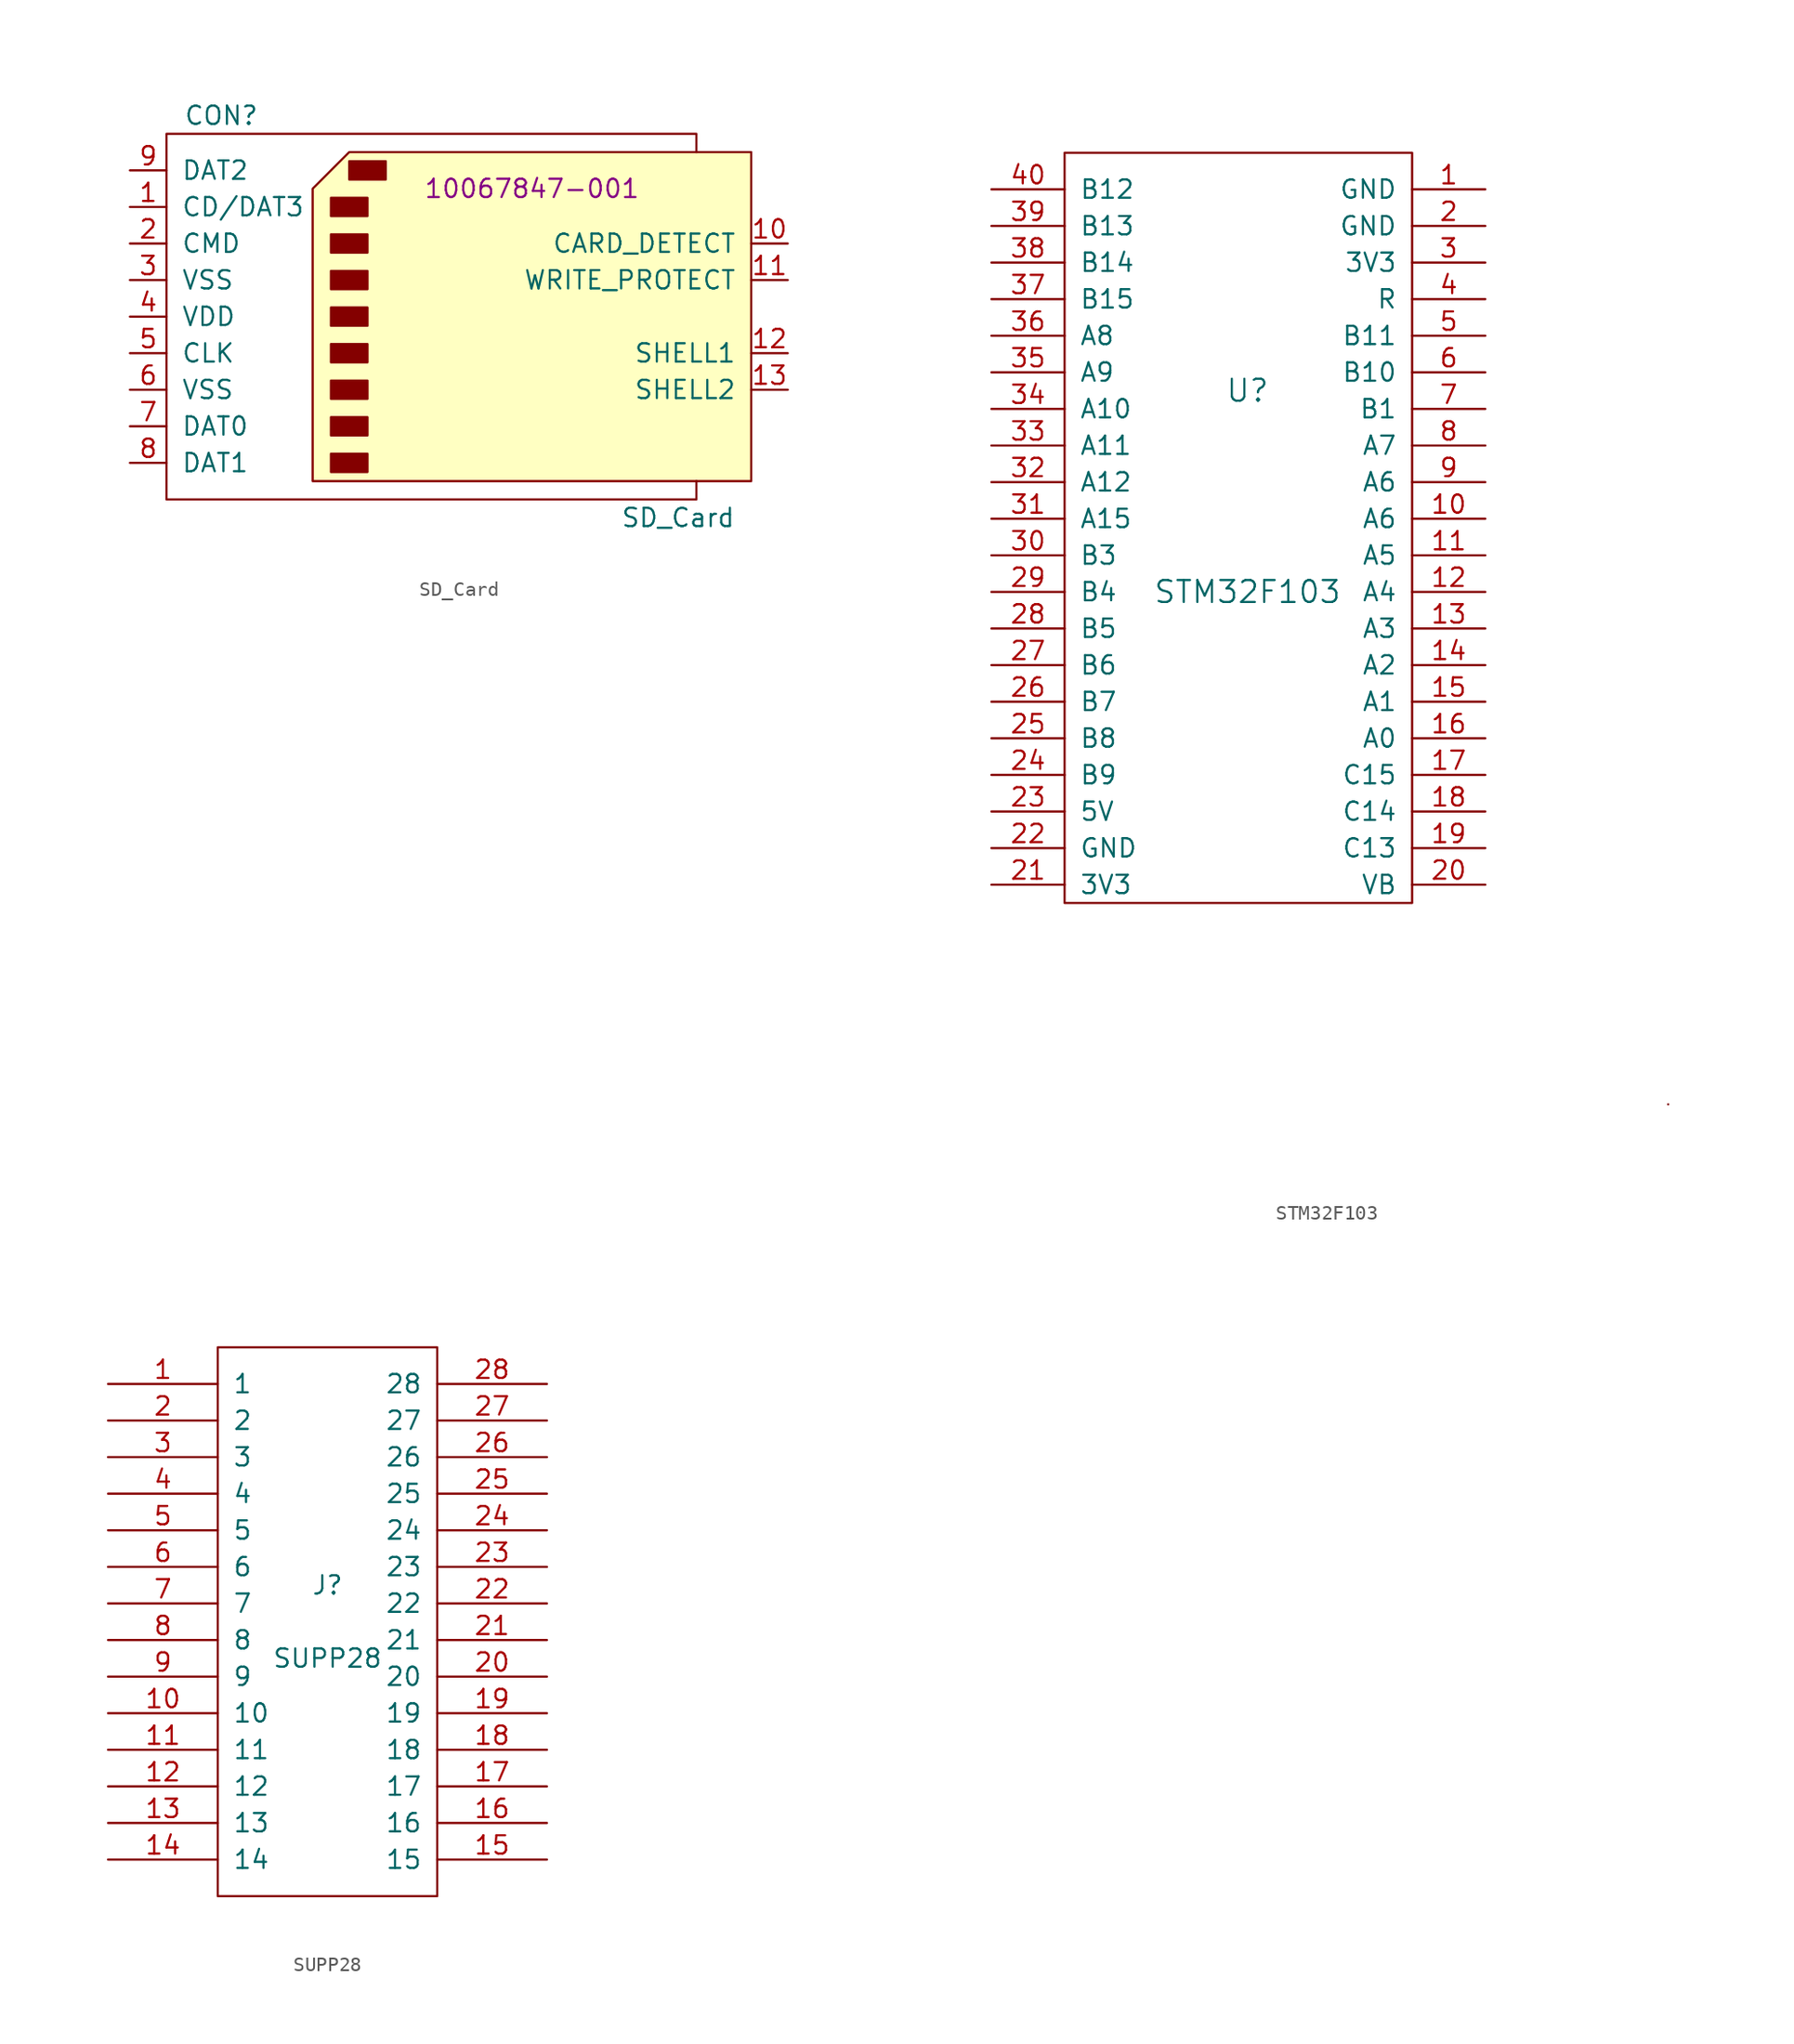
<source format=kicad_sym>
(kicad_symbol_lib
  (version 20231120)
  (generator "kicad_symbol_editor")
  (generator_version "8.0")
  (symbol "SD_Card"
    (pin_names
      (offset 1.016))
    (property "Reference" "CON"
      (at -16.51 13.97 0)
      (effects (font (size 1.27 1.27))))
    (property "Value" "SD_Card"
      (at 15.24 -13.97 0)
      (effects (font (size 1.27 1.27))))
    (property "Footprint" "10067847-001"
      (at 5.08 8.89 0)
      (effects (font (size 1.27 1.27))))
    (property "Datasheet" ""
      (at 0 0 0)
      (effects (font (size 1.27 1.27))))
    (symbol "SD_Card_0_1"
      (rectangle (start -8.89 -9.525) (end -6.35 -10.795) (stroke (width 0) (type solid)) (fill (type outline)))
      (rectangle (start -8.89 -6.985) (end -6.35 -8.255) (stroke (width 0) (type solid)) (fill (type outline)))
      (rectangle (start -8.89 -4.445) (end -6.35 -5.715) (stroke (width 0) (type solid)) (fill (type outline)))
      (rectangle (start -8.89 -1.905) (end -6.35 -3.175) (stroke (width 0) (type solid)) (fill (type outline)))
      (rectangle (start -8.89 0.635) (end -6.35 -0.635) (stroke (width 0) (type solid)) (fill (type outline)))
      (rectangle (start -8.89 3.175) (end -6.35 1.905) (stroke (width 0) (type solid)) (fill (type outline)))
      (rectangle (start -8.89 5.715) (end -6.35 4.445) (stroke (width 0) (type solid)) (fill (type outline)))
      (rectangle (start -8.89 8.255) (end -6.35 6.985) (stroke (width 0) (type solid)) (fill (type outline)))
      (rectangle (start -7.62 10.795) (end -5.08 9.525) (stroke (width 0) (type solid)) (fill (type outline)))
      (polyline (pts (xy -10.16 8.89) (xy -7.62 11.43) (xy 20.32 11.43) (xy 20.32 -11.43) (xy -10.16 -11.43) (xy -10.16 8.89)) (stroke (width 0) (type solid)) (fill (type background)))
      (polyline (pts (xy 16.51 11.43) (xy 16.51 12.7) (xy -20.32 12.7) (xy -20.32 -12.7) (xy 16.51 -12.7) (xy 16.51 -11.43)) (stroke (width 0) (type solid)) (fill (type none))))
    (symbol "SD_Card_1_1"
      (pin input line (at -22.86 7.62 0) (length 2.54) (name "CD/DAT3" (effects (font (size 1.27 1.27)))) (number "1" (effects (font (size 1.27 1.27)))))
      (pin input line (at 22.86 5.08 180) (length 2.54) (name "CARD_DETECT" (effects (font (size 1.27 1.27)))) (number "10" (effects (font (size 1.27 1.27)))))
      (pin input line (at 22.86 2.54 180) (length 2.54) (name "WRITE_PROTECT" (effects (font (size 1.27 1.27)))) (number "11" (effects (font (size 1.27 1.27)))))
      (pin input line (at 22.86 -2.54 180) (length 2.54) (name "SHELL1" (effects (font (size 1.27 1.27)))) (number "12" (effects (font (size 1.27 1.27)))))
      (pin input line (at 22.86 -5.08 180) (length 2.54) (name "SHELL2" (effects (font (size 1.27 1.27)))) (number "13" (effects (font (size 1.27 1.27)))))
      (pin input line (at -22.86 5.08 0) (length 2.54) (name "CMD" (effects (font (size 1.27 1.27)))) (number "2" (effects (font (size 1.27 1.27)))))
      (pin input line (at -22.86 2.54 0) (length 2.54) (name "VSS" (effects (font (size 1.27 1.27)))) (number "3" (effects (font (size 1.27 1.27)))))
      (pin input line (at -22.86 0 0) (length 2.54) (name "VDD" (effects (font (size 1.27 1.27)))) (number "4" (effects (font (size 1.27 1.27)))))
      (pin input line (at -22.86 -2.54 0) (length 2.54) (name "CLK" (effects (font (size 1.27 1.27)))) (number "5" (effects (font (size 1.27 1.27)))))
      (pin input line (at -22.86 -5.08 0) (length 2.54) (name "VSS" (effects (font (size 1.27 1.27)))) (number "6" (effects (font (size 1.27 1.27)))))
      (pin input line (at -22.86 -7.62 0) (length 2.54) (name "DAT0" (effects (font (size 1.27 1.27)))) (number "7" (effects (font (size 1.27 1.27)))))
      (pin input line (at -22.86 -10.16 0) (length 2.54) (name "DAT1" (effects (font (size 1.27 1.27)))) (number "8" (effects (font (size 1.27 1.27)))))
      (pin input line (at -22.86 10.16 0) (length 2.54) (name "DAT2" (effects (font (size 1.27 1.27)))) (number "9" (effects (font (size 1.27 1.27)))))))
  (symbol "STM32F103"
    (pin_names
      (offset 1.016))
    (property "Reference" "U"
      (at 0 10.16 0)
      (effects (font (size 1.524 1.524))))
    (property "Value" "STM32F103"
      (at 0 -3.81 0)
      (effects (font (size 1.524 1.524))))
    (symbol "STM32F103_0_1"
      (rectangle (start 11.43 -25.4) (end -12.7 26.67) (stroke (width 0) (type solid)) (fill (type none)))
      (rectangle (start 29.21 -39.37) (end 29.21 -39.37) (stroke (width 0) (type solid)) (fill (type none))))
    (symbol "STM32F103_1_1"
      (pin input line (at 16.51 24.13 180) (length 5.08) (name "GND" (effects (font (size 1.27 1.27)))) (number "1" (effects (font (size 1.27 1.27)))))
      (pin input line (at 16.51 1.27 180) (length 5.08) (name "A6" (effects (font (size 1.27 1.27)))) (number "10" (effects (font (size 1.27 1.27)))))
      (pin input line (at 16.51 -1.27 180) (length 5.08) (name "A5" (effects (font (size 1.27 1.27)))) (number "11" (effects (font (size 1.27 1.27)))))
      (pin input line (at 16.51 -3.81 180) (length 5.08) (name "A4" (effects (font (size 1.27 1.27)))) (number "12" (effects (font (size 1.27 1.27)))))
      (pin input line (at 16.51 -6.35 180) (length 5.08) (name "A3" (effects (font (size 1.27 1.27)))) (number "13" (effects (font (size 1.27 1.27)))))
      (pin input line (at 16.51 -8.89 180) (length 5.08) (name "A2" (effects (font (size 1.27 1.27)))) (number "14" (effects (font (size 1.27 1.27)))))
      (pin input line (at 16.51 -11.43 180) (length 5.08) (name "A1" (effects (font (size 1.27 1.27)))) (number "15" (effects (font (size 1.27 1.27)))))
      (pin input line (at 16.51 -13.97 180) (length 5.08) (name "A0" (effects (font (size 1.27 1.27)))) (number "16" (effects (font (size 1.27 1.27)))))
      (pin input line (at 16.51 -16.51 180) (length 5.08) (name "C15" (effects (font (size 1.27 1.27)))) (number "17" (effects (font (size 1.27 1.27)))))
      (pin input line (at 16.51 -19.05 180) (length 5.08) (name "C14" (effects (font (size 1.27 1.27)))) (number "18" (effects (font (size 1.27 1.27)))))
      (pin input line (at 16.51 -21.59 180) (length 5.08) (name "C13" (effects (font (size 1.27 1.27)))) (number "19" (effects (font (size 1.27 1.27)))))
      (pin input line (at 16.51 21.59 180) (length 5.08) (name "GND" (effects (font (size 1.27 1.27)))) (number "2" (effects (font (size 1.27 1.27)))))
      (pin input line (at 16.51 -24.13 180) (length 5.08) (name "VB" (effects (font (size 1.27 1.27)))) (number "20" (effects (font (size 1.27 1.27)))))
      (pin input line (at -17.78 -24.13 0) (length 5.08) (name "3V3" (effects (font (size 1.27 1.27)))) (number "21" (effects (font (size 1.27 1.27)))))
      (pin input line (at -17.78 -21.59 0) (length 5.08) (name "GND" (effects (font (size 1.27 1.27)))) (number "22" (effects (font (size 1.27 1.27)))))
      (pin input line (at -17.78 -19.05 0) (length 5.08) (name "5V" (effects (font (size 1.27 1.27)))) (number "23" (effects (font (size 1.27 1.27)))))
      (pin input line (at -17.78 -16.51 0) (length 5.08) (name "B9" (effects (font (size 1.27 1.27)))) (number "24" (effects (font (size 1.27 1.27)))))
      (pin input line (at -17.78 -13.97 0) (length 5.08) (name "B8" (effects (font (size 1.27 1.27)))) (number "25" (effects (font (size 1.27 1.27)))))
      (pin input line (at -17.78 -11.43 0) (length 5.08) (name "B7" (effects (font (size 1.27 1.27)))) (number "26" (effects (font (size 1.27 1.27)))))
      (pin input line (at -17.78 -8.89 0) (length 5.08) (name "B6" (effects (font (size 1.27 1.27)))) (number "27" (effects (font (size 1.27 1.27)))))
      (pin input line (at -17.78 -6.35 0) (length 5.08) (name "B5" (effects (font (size 1.27 1.27)))) (number "28" (effects (font (size 1.27 1.27)))))
      (pin input line (at -17.78 -3.81 0) (length 5.08) (name "B4" (effects (font (size 1.27 1.27)))) (number "29" (effects (font (size 1.27 1.27)))))
      (pin input line (at 16.51 19.05 180) (length 5.08) (name "3V3" (effects (font (size 1.27 1.27)))) (number "3" (effects (font (size 1.27 1.27)))))
      (pin input line (at -17.78 -1.27 0) (length 5.08) (name "B3" (effects (font (size 1.27 1.27)))) (number "30" (effects (font (size 1.27 1.27)))))
      (pin input line (at -17.78 1.27 0) (length 5.08) (name "A15" (effects (font (size 1.27 1.27)))) (number "31" (effects (font (size 1.27 1.27)))))
      (pin input line (at -17.78 3.81 0) (length 5.08) (name "A12" (effects (font (size 1.27 1.27)))) (number "32" (effects (font (size 1.27 1.27)))))
      (pin input line (at -17.78 6.35 0) (length 5.08) (name "A11" (effects (font (size 1.27 1.27)))) (number "33" (effects (font (size 1.27 1.27)))))
      (pin input line (at -17.78 8.89 0) (length 5.08) (name "A10" (effects (font (size 1.27 1.27)))) (number "34" (effects (font (size 1.27 1.27)))))
      (pin input line (at -17.78 11.43 0) (length 5.08) (name "A9" (effects (font (size 1.27 1.27)))) (number "35" (effects (font (size 1.27 1.27)))))
      (pin input line (at -17.78 13.97 0) (length 5.08) (name "A8" (effects (font (size 1.27 1.27)))) (number "36" (effects (font (size 1.27 1.27)))))
      (pin input line (at -17.78 16.51 0) (length 5.08) (name "B15" (effects (font (size 1.27 1.27)))) (number "37" (effects (font (size 1.27 1.27)))))
      (pin input line (at -17.78 19.05 0) (length 5.08) (name "B14" (effects (font (size 1.27 1.27)))) (number "38" (effects (font (size 1.27 1.27)))))
      (pin input line (at -17.78 21.59 0) (length 5.08) (name "B13" (effects (font (size 1.27 1.27)))) (number "39" (effects (font (size 1.27 1.27)))))
      (pin input line (at 16.51 16.51 180) (length 5.08) (name "R" (effects (font (size 1.27 1.27)))) (number "4" (effects (font (size 1.27 1.27)))))
      (pin input line (at -17.78 24.13 0) (length 5.08) (name "B12" (effects (font (size 1.27 1.27)))) (number "40" (effects (font (size 1.27 1.27)))))
      (pin input line (at 16.51 13.97 180) (length 5.08) (name "B11" (effects (font (size 1.27 1.27)))) (number "5" (effects (font (size 1.27 1.27)))))
      (pin input line (at 16.51 11.43 180) (length 5.08) (name "B10" (effects (font (size 1.27 1.27)))) (number "6" (effects (font (size 1.27 1.27)))))
      (pin input line (at 16.51 8.89 180) (length 5.08) (name "B1" (effects (font (size 1.27 1.27)))) (number "7" (effects (font (size 1.27 1.27)))))
      (pin input line (at 16.51 6.35 180) (length 5.08) (name "A7" (effects (font (size 1.27 1.27)))) (number "8" (effects (font (size 1.27 1.27)))))
      (pin input line (at 16.51 3.81 180) (length 5.08) (name "A6" (effects (font (size 1.27 1.27)))) (number "9" (effects (font (size 1.27 1.27)))))))
  (symbol "SUPP28"
    (pin_names
      (offset 1.016))
    (property "Reference" "J"
      (at 0 2.54 0)
      (effects (font (size 1.27 1.27))))
    (property "Value" "SUPP28"
      (at 0 -2.54 0)
      (effects (font (size 1.27 1.27))))
    (property "Footprint" ""
      (at 0 0 0)
      (effects (font (size 1.27 1.27))))
    (property "Datasheet" ""
      (at 0 0 0)
      (effects (font (size 1.27 1.27))))
    (symbol "SUPP28_0_1"
      (rectangle (start -7.62 -19.05) (end 7.62 19.05) (stroke (width 0) (type solid)) (fill (type none))))
    (symbol "SUPP28_1_1"
      (pin passive line (at -15.24 16.51 0) (length 7.62) (name "1" (effects (font (size 1.27 1.27)))) (number "1" (effects (font (size 1.27 1.27)))))
      (pin passive line (at -15.24 -6.35 0) (length 7.62) (name "10" (effects (font (size 1.27 1.27)))) (number "10" (effects (font (size 1.27 1.27)))))
      (pin passive line (at -15.24 -8.89 0) (length 7.62) (name "11" (effects (font (size 1.27 1.27)))) (number "11" (effects (font (size 1.27 1.27)))))
      (pin passive line (at -15.24 -11.43 0) (length 7.62) (name "12" (effects (font (size 1.27 1.27)))) (number "12" (effects (font (size 1.27 1.27)))))
      (pin passive line (at -15.24 -13.97 0) (length 7.62) (name "13" (effects (font (size 1.27 1.27)))) (number "13" (effects (font (size 1.27 1.27)))))
      (pin passive line (at -15.24 -16.51 0) (length 7.62) (name "14" (effects (font (size 1.27 1.27)))) (number "14" (effects (font (size 1.27 1.27)))))
      (pin passive line (at 15.24 -16.51 180) (length 7.62) (name "15" (effects (font (size 1.27 1.27)))) (number "15" (effects (font (size 1.27 1.27)))))
      (pin passive line (at 15.24 -13.97 180) (length 7.62) (name "16" (effects (font (size 1.27 1.27)))) (number "16" (effects (font (size 1.27 1.27)))))
      (pin passive line (at 15.24 -11.43 180) (length 7.62) (name "17" (effects (font (size 1.27 1.27)))) (number "17" (effects (font (size 1.27 1.27)))))
      (pin passive line (at 15.24 -8.89 180) (length 7.62) (name "18" (effects (font (size 1.27 1.27)))) (number "18" (effects (font (size 1.27 1.27)))))
      (pin passive line (at 15.24 -6.35 180) (length 7.62) (name "19" (effects (font (size 1.27 1.27)))) (number "19" (effects (font (size 1.27 1.27)))))
      (pin passive line (at -15.24 13.97 0) (length 7.62) (name "2" (effects (font (size 1.27 1.27)))) (number "2" (effects (font (size 1.27 1.27)))))
      (pin passive line (at 15.24 -3.81 180) (length 7.62) (name "20" (effects (font (size 1.27 1.27)))) (number "20" (effects (font (size 1.27 1.27)))))
      (pin passive line (at 15.24 -1.27 180) (length 7.62) (name "21" (effects (font (size 1.27 1.27)))) (number "21" (effects (font (size 1.27 1.27)))))
      (pin passive line (at 15.24 1.27 180) (length 7.62) (name "22" (effects (font (size 1.27 1.27)))) (number "22" (effects (font (size 1.27 1.27)))))
      (pin passive line (at 15.24 3.81 180) (length 7.62) (name "23" (effects (font (size 1.27 1.27)))) (number "23" (effects (font (size 1.27 1.27)))))
      (pin passive line (at 15.24 6.35 180) (length 7.62) (name "24" (effects (font (size 1.27 1.27)))) (number "24" (effects (font (size 1.27 1.27)))))
      (pin passive line (at 15.24 8.89 180) (length 7.62) (name "25" (effects (font (size 1.27 1.27)))) (number "25" (effects (font (size 1.27 1.27)))))
      (pin passive line (at 15.24 11.43 180) (length 7.62) (name "26" (effects (font (size 1.27 1.27)))) (number "26" (effects (font (size 1.27 1.27)))))
      (pin passive line (at 15.24 13.97 180) (length 7.62) (name "27" (effects (font (size 1.27 1.27)))) (number "27" (effects (font (size 1.27 1.27)))))
      (pin passive line (at 15.24 16.51 180) (length 7.62) (name "28" (effects (font (size 1.27 1.27)))) (number "28" (effects (font (size 1.27 1.27)))))
      (pin passive line (at -15.24 11.43 0) (length 7.62) (name "3" (effects (font (size 1.27 1.27)))) (number "3" (effects (font (size 1.27 1.27)))))
      (pin passive line (at -15.24 8.89 0) (length 7.62) (name "4" (effects (font (size 1.27 1.27)))) (number "4" (effects (font (size 1.27 1.27)))))
      (pin passive line (at -15.24 6.35 0) (length 7.62) (name "5" (effects (font (size 1.27 1.27)))) (number "5" (effects (font (size 1.27 1.27)))))
      (pin passive line (at -15.24 3.81 0) (length 7.62) (name "6" (effects (font (size 1.27 1.27)))) (number "6" (effects (font (size 1.27 1.27)))))
      (pin passive line (at -15.24 1.27 0) (length 7.62) (name "7" (effects (font (size 1.27 1.27)))) (number "7" (effects (font (size 1.27 1.27)))))
      (pin passive line (at -15.24 -1.27 0) (length 7.62) (name "8" (effects (font (size 1.27 1.27)))) (number "8" (effects (font (size 1.27 1.27)))))
      (pin passive line (at -15.24 -3.81 0) (length 7.62) (name "9" (effects (font (size 1.27 1.27)))) (number "9" (effects (font (size 1.27 1.27))))))))
</source>
